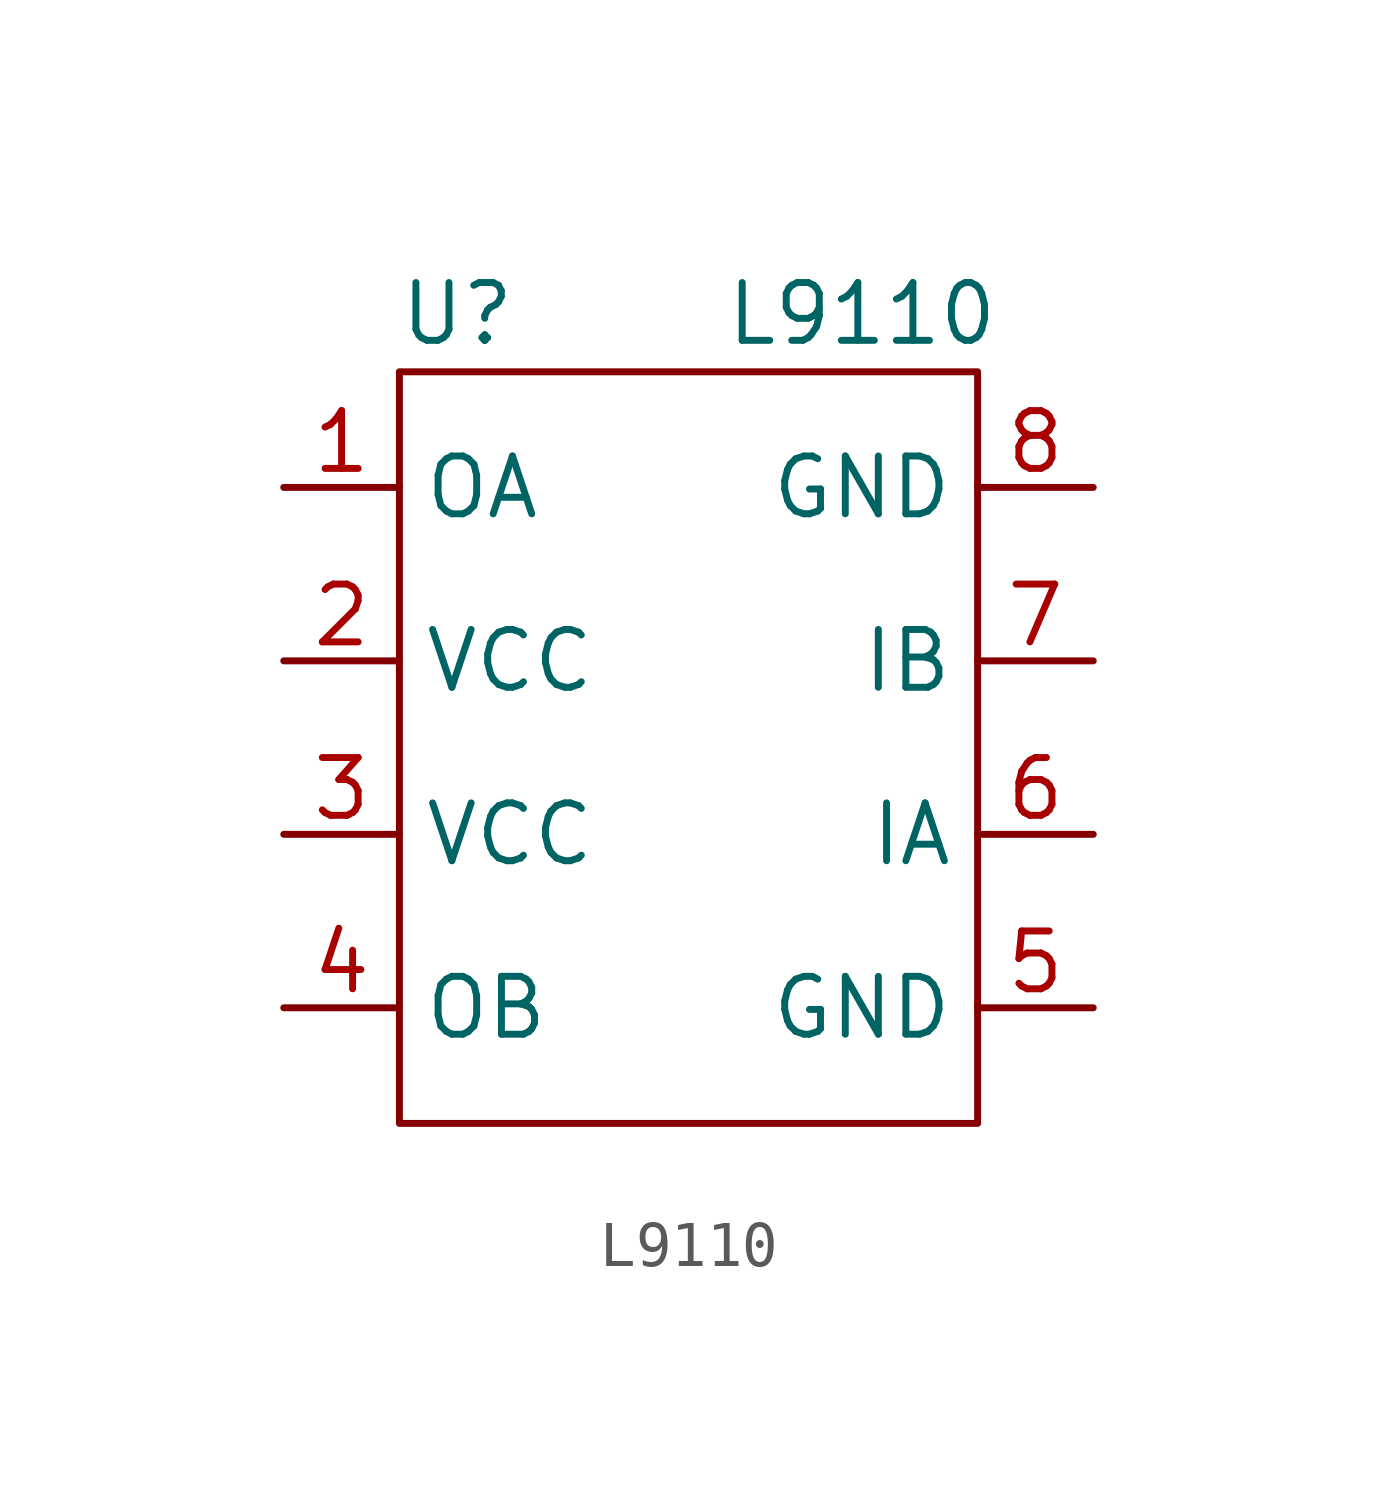
<source format=kicad_sym>
(kicad_symbol_lib
  (version 20211014)
  (generator kicad_symbol_editor)
  (symbol "L9110"
    (property "Reference" "U"
      (at 0 -1.27 0)
      (effects (font (size 1.27 1.27))))
    (property "Value" "L9110"
      (at 8.89 -1.27 0)
      (effects (font (size 1.27 1.27))))
    (symbol "L9110_0_1"
      (rectangle (start -1.27 -2.54) (end 11.43 -19.05) (stroke (width 0) (type default) (color 0 0 0 0)) (fill (type none))))
    (symbol "L9110_1_1"
      (pin output line (at -3.81 -5.08 0) (length 2.54) (name "OA" (effects (font (size 1.27 1.27)))) (number "1" (effects (font (size 1.27 1.27)))))
      (pin power_in line (at -3.81 -8.89 0) (length 2.54) (name "VCC" (effects (font (size 1.27 1.27)))) (number "2" (effects (font (size 1.27 1.27)))))
      (pin power_in line (at -3.81 -12.7 0) (length 2.54) (name "VCC" (effects (font (size 1.27 1.27)))) (number "3" (effects (font (size 1.27 1.27)))))
      (pin output line (at -3.81 -16.51 0) (length 2.54) (name "OB" (effects (font (size 1.27 1.27)))) (number "4" (effects (font (size 1.27 1.27)))))
      (pin power_in line (at 13.97 -16.51 180) (length 2.54) (name "GND" (effects (font (size 1.27 1.27)))) (number "5" (effects (font (size 1.27 1.27)))))
      (pin input line (at 13.97 -12.7 180) (length 2.54) (name "IA" (effects (font (size 1.27 1.27)))) (number "6" (effects (font (size 1.27 1.27)))))
      (pin input line (at 13.97 -8.89 180) (length 2.54) (name "IB" (effects (font (size 1.27 1.27)))) (number "7" (effects (font (size 1.27 1.27)))))
      (pin power_in line (at 13.97 -5.08 180) (length 2.54) (name "GND" (effects (font (size 1.27 1.27)))) (number "8" (effects (font (size 1.27 1.27))))))))
</source>
